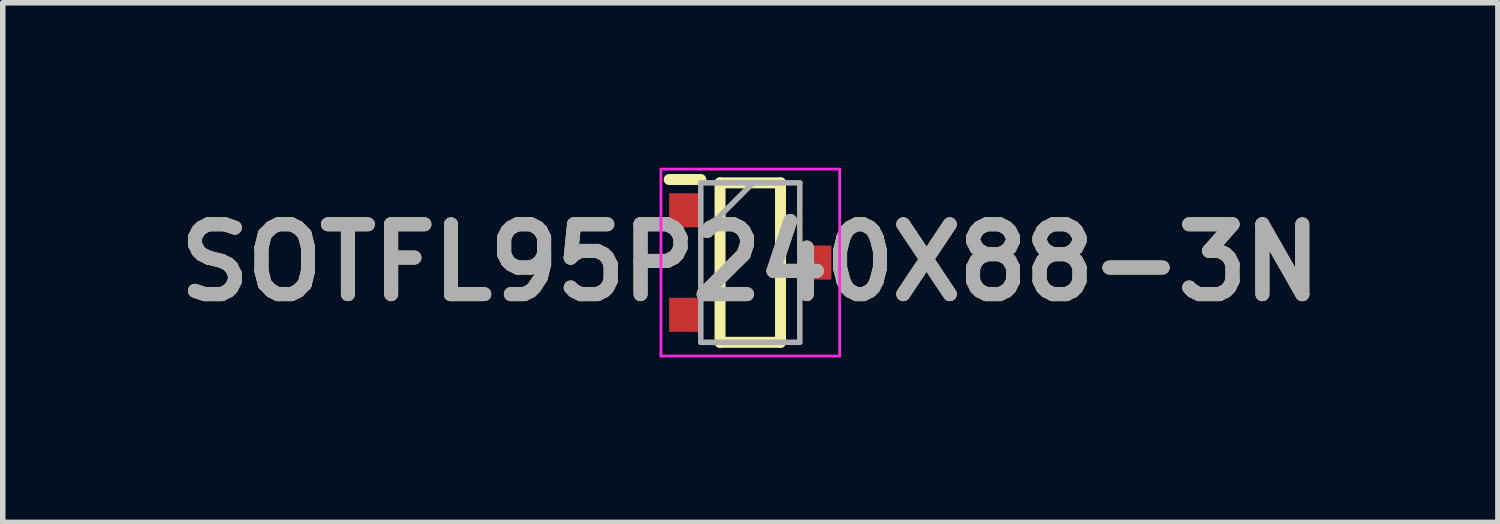
<source format=kicad_pcb>
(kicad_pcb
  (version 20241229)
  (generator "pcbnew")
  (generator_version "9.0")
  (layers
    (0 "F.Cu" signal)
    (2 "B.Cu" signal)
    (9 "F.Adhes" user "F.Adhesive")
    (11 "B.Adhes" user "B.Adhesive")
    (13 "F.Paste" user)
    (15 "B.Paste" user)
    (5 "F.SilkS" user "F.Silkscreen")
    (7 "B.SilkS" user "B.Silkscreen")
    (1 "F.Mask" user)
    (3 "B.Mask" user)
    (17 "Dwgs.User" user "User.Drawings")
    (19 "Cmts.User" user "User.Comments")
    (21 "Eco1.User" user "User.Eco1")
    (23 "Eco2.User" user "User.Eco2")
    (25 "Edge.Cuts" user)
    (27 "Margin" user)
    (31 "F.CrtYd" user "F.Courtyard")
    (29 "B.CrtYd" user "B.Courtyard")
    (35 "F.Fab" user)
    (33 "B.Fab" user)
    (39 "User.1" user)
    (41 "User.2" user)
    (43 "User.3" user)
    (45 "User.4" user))
  (footprint "SOTFL95P240X88-3N"
    (layer "F.Cu")
    (at 10.595 1.725)
    (property "Reference" "SOTFL95P240X88-3N" (at 0 0 0) (layer "F.SilkS") (effects (font (size 1.27 1.27) (thickness 0.254))))
    (attr smd)
    (fp_line (start -1.475 -1.51) (end -0.9 -1.51) (stroke (width 0.2) (type solid)) (layer "F.SilkS"))
    (fp_line (start -0.55 -1.45) (end 0.55 -1.45) (stroke (width 0.2) (type solid)) (layer "F.SilkS"))
    (fp_line (start -0.55 1.45) (end -0.55 -1.45) (stroke (width 0.2) (type solid)) (layer "F.SilkS"))
    (fp_line (start 0.55 -1.45) (end 0.55 1.45) (stroke (width 0.2) (type solid)) (layer "F.SilkS"))
    (fp_line (start 0.55 1.45) (end -0.55 1.45) (stroke (width 0.2) (type solid)) (layer "F.SilkS"))
    (fp_line (start -1.625 -1.7) (end 1.625 -1.7) (stroke (width 0.05) (type solid)) (layer "F.CrtYd"))
    (fp_line (start -1.625 1.7) (end -1.625 -1.7) (stroke (width 0.05) (type solid)) (layer "F.CrtYd"))
    (fp_line (start 1.625 -1.7) (end 1.625 1.7) (stroke (width 0.05) (type solid)) (layer "F.CrtYd"))
    (fp_line (start 1.625 1.7) (end -1.625 1.7) (stroke (width 0.05) (type solid)) (layer "F.CrtYd"))
    (fp_line (start -0.9 -1.45) (end 0.9 -1.45) (stroke (width 0.1) (type solid)) (layer "F.Fab"))
    (fp_line (start -0.9 -0.5) (end 0.05 -1.45) (stroke (width 0.1) (type solid)) (layer "F.Fab"))
    (fp_line (start -0.9 1.45) (end -0.9 -1.45) (stroke (width 0.1) (type solid)) (layer "F.Fab"))
    (fp_line (start 0.9 -1.45) (end 0.9 1.45) (stroke (width 0.1) (type solid)) (layer "F.Fab"))
    (fp_line (start 0.9 1.45) (end -0.9 1.45) (stroke (width 0.1) (type solid)) (layer "F.Fab"))
    (fp_text user "${REFERENCE}" (at 0 0 0) (layer "F.Fab") (effects (font (size 1.27 1.27) (thickness 0.254))))
    (pad "1" smd rect (at -1.188 -0.95) (size 0.575 0.62) (layers "F.Cu" "F.Mask" "F.Paste"))
    (pad "2" smd rect (at -1.188 0.95) (size 0.575 0.62) (layers "F.Cu" "F.Mask" "F.Paste"))
    (pad "3" smd rect (at 1.188 0) (size 0.575 0.62) (layers "F.Cu" "F.Mask" "F.Paste")))
  (gr_rect
    (start -3 -3)
    (end 24.191 6.45)
    (stroke (width 0.1) (type default))
    (fill no)
    (layer "Edge.Cuts")))
</source>
